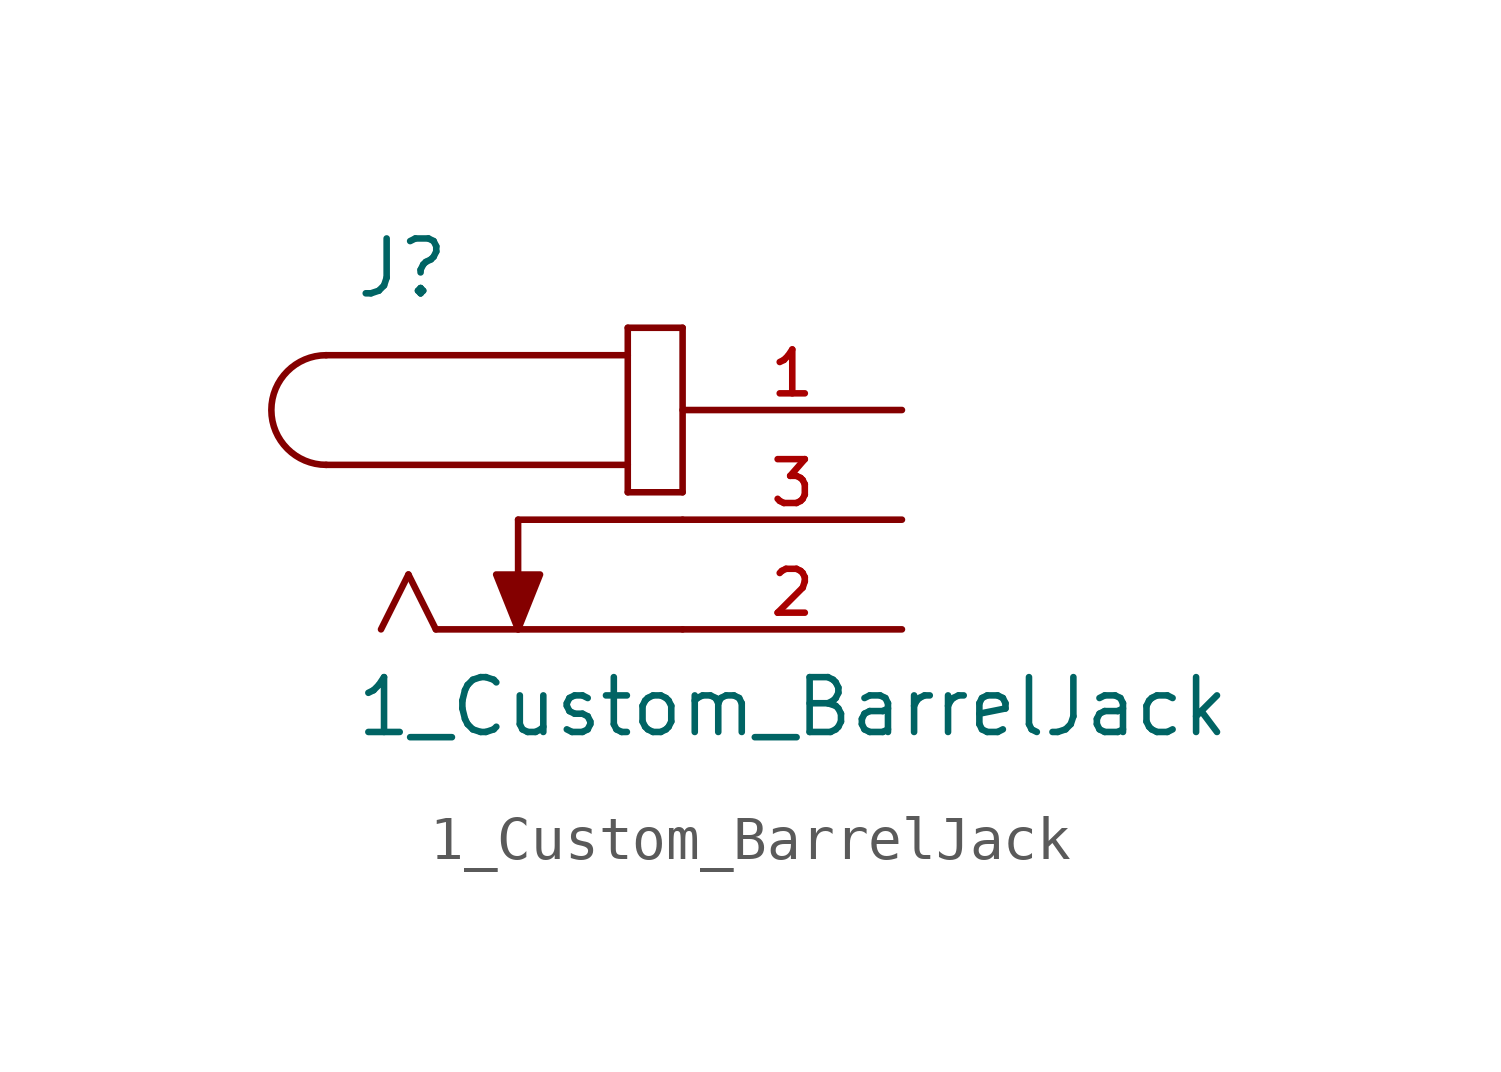
<source format=kicad_sym>
(kicad_symbol_lib
  (version 20241209)
  (generator "kicad_symbol_editor")
  (generator_version "9.0")
  (symbol "1_Custom_BarrelJack"
    (pin_names
      (offset 1.016))
    (property "Reference" "J"
      (at -7.62 5.08 0)
      (effects (font (size 1.27 1.27)) (justify left bottom)))
    (property "Value" "1_Custom_BarrelJack"
      (at -7.62 -5.08 0)
      (effects (font (size 1.27 1.27)) (justify left bottom)))
    (symbol "1_Custom_BarrelJack_0_0"
      (polyline (pts (xy -8.255 3.81) (xy -1.27 3.81)) (stroke (width 0.152) (type default)) (fill (type none)))
      (arc (start -8.255 1.27) (mid -9.5194 2.54) (end -8.255 3.81) (stroke (width 0.1524) (type default)) (fill (type none)))
      (polyline (pts (xy -6.35 -1.27) (xy -6.985 -2.54)) (stroke (width 0.152) (type default)) (fill (type none)))
      (polyline (pts (xy -5.715 -2.54) (xy -6.35 -1.27)) (stroke (width 0.152) (type default)) (fill (type none)))
      (polyline (pts (xy -3.81 0) (xy -3.81 -2.54)) (stroke (width 0.152) (type default)) (fill (type none)))
      (polyline (pts (xy -3.81 -2.54) (xy -4.318 -1.27) (xy -3.302 -1.27) (xy -3.81 -2.54)) (stroke (width 0.152) (type default)) (fill (type outline)))
      (polyline (pts (xy -1.27 4.445) (xy -1.27 3.81)) (stroke (width 0.152) (type default)) (fill (type none)))
      (polyline (pts (xy -1.27 3.81) (xy -1.27 1.27)) (stroke (width 0.152) (type default)) (fill (type none)))
      (polyline (pts (xy -1.27 1.27) (xy -8.255 1.27)) (stroke (width 0.152) (type default)) (fill (type none)))
      (polyline (pts (xy -1.27 1.27) (xy -1.27 0.635)) (stroke (width 0.152) (type default)) (fill (type none)))
      (polyline (pts (xy -1.27 0.635) (xy 0 0.635)) (stroke (width 0.152) (type default)) (fill (type none)))
      (polyline (pts (xy 0 4.445) (xy -1.27 4.445)) (stroke (width 0.152) (type default)) (fill (type none)))
      (polyline (pts (xy 0 0.635) (xy 0 4.445)) (stroke (width 0.152) (type default)) (fill (type none)))
      (polyline (pts (xy 0 0) (xy -3.81 0)) (stroke (width 0.152) (type default)) (fill (type none)))
      (polyline (pts (xy 0 -2.54) (xy -5.715 -2.54)) (stroke (width 0.152) (type default)) (fill (type none))))
    (symbol "1_Custom_BarrelJack_1_0"
      (pin power_in line (at 5.08 2.54 180) (length 5.08) (name "~" (effects (font (size 1.016 1.016)))) (number "1" (effects (font (size 1.016 1.016)))))
      (pin passive line (at 5.08 0 180) (length 5.08) (name "~" (effects (font (size 1.016 1.016)))) (number "3" (effects (font (size 1.016 1.016)))))
      (pin power_out line (at 5.08 -2.54 180) (length 5.08) (name "~" (effects (font (size 1.016 1.016)))) (number "2" (effects (font (size 1.016 1.016))))))))
</source>
